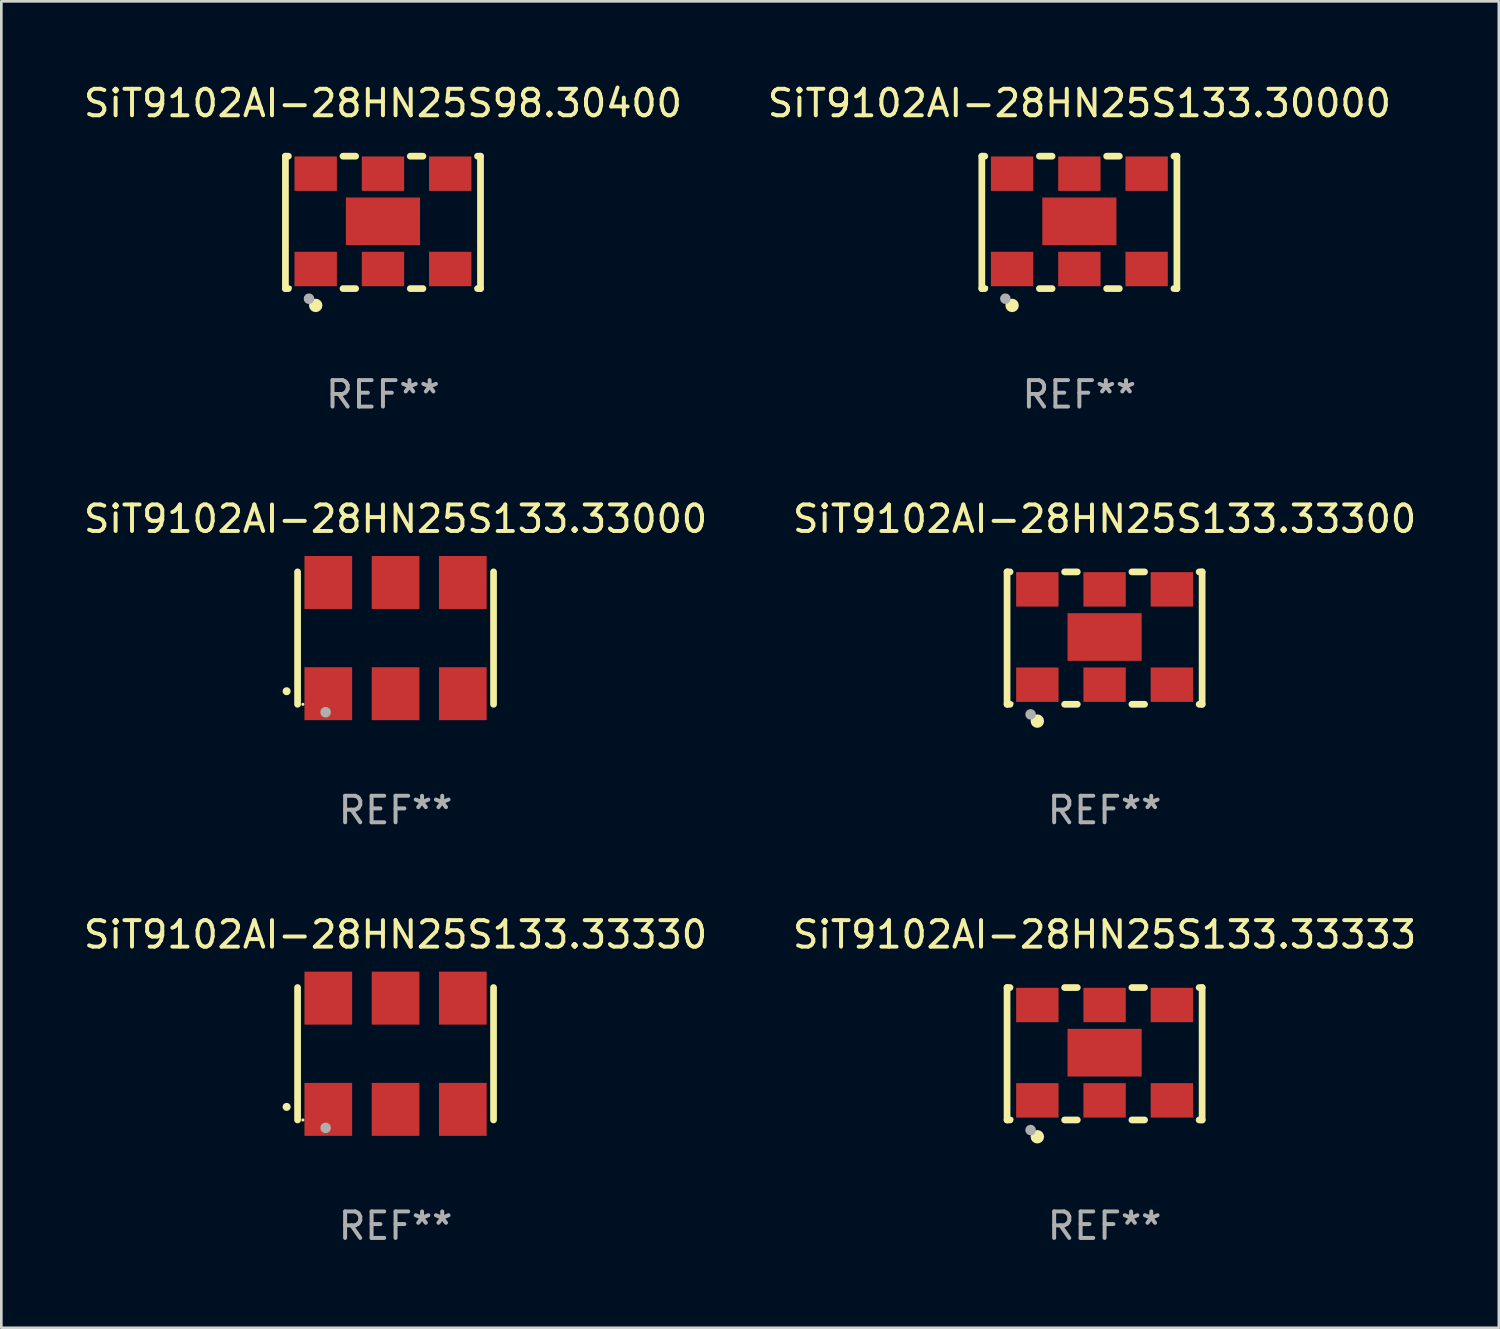
<source format=kicad_pcb>
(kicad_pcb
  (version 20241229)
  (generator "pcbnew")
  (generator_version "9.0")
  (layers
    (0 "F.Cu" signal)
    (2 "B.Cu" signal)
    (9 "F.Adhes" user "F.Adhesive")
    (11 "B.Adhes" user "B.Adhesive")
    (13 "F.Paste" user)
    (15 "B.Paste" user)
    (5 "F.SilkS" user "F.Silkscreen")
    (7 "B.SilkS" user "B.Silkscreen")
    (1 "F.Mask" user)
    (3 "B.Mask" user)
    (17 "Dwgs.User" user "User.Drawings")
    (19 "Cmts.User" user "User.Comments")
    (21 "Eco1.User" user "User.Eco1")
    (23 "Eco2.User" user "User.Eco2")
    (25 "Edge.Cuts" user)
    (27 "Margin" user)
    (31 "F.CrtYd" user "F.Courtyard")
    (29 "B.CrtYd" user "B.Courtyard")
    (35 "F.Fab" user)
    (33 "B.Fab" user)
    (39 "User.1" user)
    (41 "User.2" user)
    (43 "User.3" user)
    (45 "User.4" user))
  (footprint "SiT9102AI-28HN25S133.33000"
    (layer "F.Cu")
    (at 11.887 21.045)
    (property "Reference" "SiT9102AI-28HN25S133.33000" (at 0 -4.5 0) (layer "F.SilkS") (effects (font (size 1 1) (thickness 0.15))))
    (attr through_hole)
    (fp_line (start -3.7 -2.5) (end -3.7 2.5) (stroke (width 0.254) (type solid)) (layer "F.SilkS"))
    (fp_line (start 3.7 -2.5) (end 3.7 2.5) (stroke (width 0.254) (type solid)) (layer "F.SilkS"))
    (fp_arc (start -4.114415 2.006604) (mid -4.113145 2.006599) (end -4.111875 2.006604) (stroke (width 0.3) (type solid)) (layer "F.SilkS"))
    (fp_circle (center -3.5 2.501) (end -3.47 2.501) (stroke (width 0.06) (type solid)) (fill no) (layer "F.SilkS"))
    (fp_circle (center -2.641 2.799) (end -2.541 2.799) (stroke (width 0.2) (type solid)) (fill no) (layer "F.Fab"))
    (fp_text user "REF**" (at 0 6.5 0) (layer "F.Fab") (effects (font (size 1 1) (thickness 0.15))))
    (pad "1" smd rect (at -2.54 2.1) (size 1.8 2) (layers "F.Cu" "F.Mask" "F.Paste"))
    (pad "2" smd rect (at 0.000394 2.1) (size 1.8 2) (layers "F.Cu" "F.Mask" "F.Paste"))
    (pad "3" smd rect (at 2.54 2.1) (size 1.8 2) (layers "F.Cu" "F.Mask" "F.Paste"))
    (pad "4" smd rect (at 2.54 -2.1) (size 1.8 2) (layers "F.Cu" "F.Mask" "F.Paste"))
    (pad "5" smd rect (at 0.000394 -2.1) (size 1.8 2) (layers "F.Cu" "F.Mask" "F.Paste"))
    (pad "6" smd rect (at -2.54 -2.1) (size 1.8 2) (layers "F.Cu" "F.Mask" "F.Paste")))
  (footprint "SiT9102AI-28HN25S133.33333"
    (layer "F.Cu")
    (at 38.661 36.741)
    (property "Reference" "SiT9102AI-28HN25S133.33333" (at 0 -4.5 0) (layer "F.SilkS") (effects (font (size 1 1) (thickness 0.15))))
    (attr through_hole)
    (fp_line (start -3.683 -2.5) (end -3.571 -2.5) (stroke (width 0.254) (type solid)) (layer "F.SilkS"))
    (fp_line (start -3.683 2.5) (end -3.683 -2.5) (stroke (width 0.254) (type solid)) (layer "F.SilkS"))
    (fp_line (start -3.683 2.5) (end -3.571 2.5) (stroke (width 0.254) (type solid)) (layer "F.SilkS"))
    (fp_line (start -1.509 -2.5) (end -1.031 -2.5) (stroke (width 0.254) (type solid)) (layer "F.SilkS"))
    (fp_line (start -1.509 2.5) (end -1.031 2.5) (stroke (width 0.254) (type solid)) (layer "F.SilkS"))
    (fp_line (start 1.031 -2.5) (end 1.509 -2.5) (stroke (width 0.254) (type solid)) (layer "F.SilkS"))
    (fp_line (start 1.031 2.5) (end 1.509 2.5) (stroke (width 0.254) (type solid)) (layer "F.SilkS"))
    (fp_line (start 3.571 -2.5) (end 3.683 -2.5) (stroke (width 0.254) (type solid)) (layer "F.SilkS"))
    (fp_line (start 3.571 2.5) (end 3.683 2.5) (stroke (width 0.254) (type solid)) (layer "F.SilkS"))
    (fp_line (start 3.683 2.5) (end 3.683 -2.5) (stroke (width 0.254) (type solid)) (layer "F.SilkS"))
    (fp_circle (center -3.5 2.46) (end -3.47 2.46) (stroke (width 0.06) (type solid)) (fill no) (layer "F.SilkS"))
    (fp_circle (center -2.54 3.135) (end -2.413 3.135) (stroke (width 0.254) (type solid)) (fill no) (layer "F.SilkS"))
    (fp_circle (center -2.794 2.881) (end -2.694 2.881) (stroke (width 0.2) (type solid)) (fill no) (layer "F.Fab"))
    (fp_text user "REF**" (at 0 6.5 0) (layer "F.Fab") (effects (font (size 1 1) (thickness 0.15))))
    (pad "1" smd rect (at -2.54 1.76) (size 1.6 1.3) (layers "F.Cu" "F.Mask" "F.Paste"))
    (pad "2" smd rect (at 0 1.76) (size 1.6 1.3) (layers "F.Cu" "F.Mask" "F.Paste"))
    (pad "3" smd rect (at 2.54 1.76) (size 1.6 1.3) (layers "F.Cu" "F.Mask" "F.Paste"))
    (pad "4" smd rect (at 2.54 -1.84) (size 1.6 1.3) (layers "F.Cu" "F.Mask" "F.Paste"))
    (pad "5" smd rect (at 0 -1.84) (size 1.6 1.3) (layers "F.Cu" "F.Mask" "F.Paste"))
    (pad "6" smd rect (at -2.54 -1.84) (size 1.6 1.3) (layers "F.Cu" "F.Mask" "F.Paste"))
    (pad "7" smd rect (at 0 -0.04) (size 2.8 1.8) (layers "F.Cu" "F.Mask" "F.Paste")))
  (footprint "SiT9102AI-28HN25S98.30400"
    (layer "F.Cu")
    (at 11.411 5.348)
    (property "Reference" "SiT9102AI-28HN25S98.30400" (at 0 -4.5 0) (layer "F.SilkS") (effects (font (size 1 1) (thickness 0.15))))
    (attr through_hole)
    (fp_line (start -3.683 -2.5) (end -3.571 -2.5) (stroke (width 0.254) (type solid)) (layer "F.SilkS"))
    (fp_line (start -3.683 2.5) (end -3.683 -2.5) (stroke (width 0.254) (type solid)) (layer "F.SilkS"))
    (fp_line (start -3.683 2.5) (end -3.571 2.5) (stroke (width 0.254) (type solid)) (layer "F.SilkS"))
    (fp_line (start -1.509 -2.5) (end -1.031 -2.5) (stroke (width 0.254) (type solid)) (layer "F.SilkS"))
    (fp_line (start -1.509 2.5) (end -1.031 2.5) (stroke (width 0.254) (type solid)) (layer "F.SilkS"))
    (fp_line (start 1.031 -2.5) (end 1.509 -2.5) (stroke (width 0.254) (type solid)) (layer "F.SilkS"))
    (fp_line (start 1.031 2.5) (end 1.509 2.5) (stroke (width 0.254) (type solid)) (layer "F.SilkS"))
    (fp_line (start 3.571 -2.5) (end 3.683 -2.5) (stroke (width 0.254) (type solid)) (layer "F.SilkS"))
    (fp_line (start 3.571 2.5) (end 3.683 2.5) (stroke (width 0.254) (type solid)) (layer "F.SilkS"))
    (fp_line (start 3.683 2.5) (end 3.683 -2.5) (stroke (width 0.254) (type solid)) (layer "F.SilkS"))
    (fp_circle (center -3.5 2.46) (end -3.47 2.46) (stroke (width 0.06) (type solid)) (fill no) (layer "F.SilkS"))
    (fp_circle (center -2.54 3.135) (end -2.413 3.135) (stroke (width 0.254) (type solid)) (fill no) (layer "F.SilkS"))
    (fp_circle (center -2.794 2.881) (end -2.694 2.881) (stroke (width 0.2) (type solid)) (fill no) (layer "F.Fab"))
    (fp_text user "REF**" (at 0 6.5 0) (layer "F.Fab") (effects (font (size 1 1) (thickness 0.15))))
    (pad "1" smd rect (at -2.54 1.76) (size 1.6 1.3) (layers "F.Cu" "F.Mask" "F.Paste"))
    (pad "2" smd rect (at 0 1.76) (size 1.6 1.3) (layers "F.Cu" "F.Mask" "F.Paste"))
    (pad "3" smd rect (at 2.54 1.76) (size 1.6 1.3) (layers "F.Cu" "F.Mask" "F.Paste"))
    (pad "4" smd rect (at 2.54 -1.84) (size 1.6 1.3) (layers "F.Cu" "F.Mask" "F.Paste"))
    (pad "5" smd rect (at 0 -1.84) (size 1.6 1.3) (layers "F.Cu" "F.Mask" "F.Paste"))
    (pad "6" smd rect (at -2.54 -1.84) (size 1.6 1.3) (layers "F.Cu" "F.Mask" "F.Paste"))
    (pad "7" smd rect (at 0 -0.04) (size 2.8 1.8) (layers "F.Cu" "F.Mask" "F.Paste")))
  (footprint "SiT9102AI-28HN25S133.33300"
    (layer "F.Cu")
    (at 38.661 21.045)
    (property "Reference" "SiT9102AI-28HN25S133.33300" (at 0 -4.5 0) (layer "F.SilkS") (effects (font (size 1 1) (thickness 0.15))))
    (attr through_hole)
    (fp_line (start -3.683 -2.5) (end -3.571 -2.5) (stroke (width 0.254) (type solid)) (layer "F.SilkS"))
    (fp_line (start -3.683 2.5) (end -3.683 -2.5) (stroke (width 0.254) (type solid)) (layer "F.SilkS"))
    (fp_line (start -3.683 2.5) (end -3.571 2.5) (stroke (width 0.254) (type solid)) (layer "F.SilkS"))
    (fp_line (start -1.509 -2.5) (end -1.031 -2.5) (stroke (width 0.254) (type solid)) (layer "F.SilkS"))
    (fp_line (start -1.509 2.5) (end -1.031 2.5) (stroke (width 0.254) (type solid)) (layer "F.SilkS"))
    (fp_line (start 1.031 -2.5) (end 1.509 -2.5) (stroke (width 0.254) (type solid)) (layer "F.SilkS"))
    (fp_line (start 1.031 2.5) (end 1.509 2.5) (stroke (width 0.254) (type solid)) (layer "F.SilkS"))
    (fp_line (start 3.571 -2.5) (end 3.683 -2.5) (stroke (width 0.254) (type solid)) (layer "F.SilkS"))
    (fp_line (start 3.571 2.5) (end 3.683 2.5) (stroke (width 0.254) (type solid)) (layer "F.SilkS"))
    (fp_line (start 3.683 2.5) (end 3.683 -2.5) (stroke (width 0.254) (type solid)) (layer "F.SilkS"))
    (fp_circle (center -3.5 2.46) (end -3.47 2.46) (stroke (width 0.06) (type solid)) (fill no) (layer "F.SilkS"))
    (fp_circle (center -2.54 3.135) (end -2.413 3.135) (stroke (width 0.254) (type solid)) (fill no) (layer "F.SilkS"))
    (fp_circle (center -2.794 2.881) (end -2.694 2.881) (stroke (width 0.2) (type solid)) (fill no) (layer "F.Fab"))
    (fp_text user "REF**" (at 0 6.5 0) (layer "F.Fab") (effects (font (size 1 1) (thickness 0.15))))
    (pad "1" smd rect (at -2.54 1.76) (size 1.6 1.3) (layers "F.Cu" "F.Mask" "F.Paste"))
    (pad "2" smd rect (at 0 1.76) (size 1.6 1.3) (layers "F.Cu" "F.Mask" "F.Paste"))
    (pad "3" smd rect (at 2.54 1.76) (size 1.6 1.3) (layers "F.Cu" "F.Mask" "F.Paste"))
    (pad "4" smd rect (at 2.54 -1.84) (size 1.6 1.3) (layers "F.Cu" "F.Mask" "F.Paste"))
    (pad "5" smd rect (at 0 -1.84) (size 1.6 1.3) (layers "F.Cu" "F.Mask" "F.Paste"))
    (pad "6" smd rect (at -2.54 -1.84) (size 1.6 1.3) (layers "F.Cu" "F.Mask" "F.Paste"))
    (pad "7" smd rect (at 0 -0.04) (size 2.8 1.8) (layers "F.Cu" "F.Mask" "F.Paste")))
  (footprint "SiT9102AI-28HN25S133.30000"
    (layer "F.Cu")
    (at 37.708 5.348)
    (property "Reference" "SiT9102AI-28HN25S133.30000" (at 0 -4.5 0) (layer "F.SilkS") (effects (font (size 1 1) (thickness 0.15))))
    (attr through_hole)
    (fp_line (start -3.683 -2.5) (end -3.571 -2.5) (stroke (width 0.254) (type solid)) (layer "F.SilkS"))
    (fp_line (start -3.683 2.5) (end -3.683 -2.5) (stroke (width 0.254) (type solid)) (layer "F.SilkS"))
    (fp_line (start -3.683 2.5) (end -3.571 2.5) (stroke (width 0.254) (type solid)) (layer "F.SilkS"))
    (fp_line (start -1.509 -2.5) (end -1.031 -2.5) (stroke (width 0.254) (type solid)) (layer "F.SilkS"))
    (fp_line (start -1.509 2.5) (end -1.031 2.5) (stroke (width 0.254) (type solid)) (layer "F.SilkS"))
    (fp_line (start 1.031 -2.5) (end 1.509 -2.5) (stroke (width 0.254) (type solid)) (layer "F.SilkS"))
    (fp_line (start 1.031 2.5) (end 1.509 2.5) (stroke (width 0.254) (type solid)) (layer "F.SilkS"))
    (fp_line (start 3.571 -2.5) (end 3.683 -2.5) (stroke (width 0.254) (type solid)) (layer "F.SilkS"))
    (fp_line (start 3.571 2.5) (end 3.683 2.5) (stroke (width 0.254) (type solid)) (layer "F.SilkS"))
    (fp_line (start 3.683 2.5) (end 3.683 -2.5) (stroke (width 0.254) (type solid)) (layer "F.SilkS"))
    (fp_circle (center -3.5 2.46) (end -3.47 2.46) (stroke (width 0.06) (type solid)) (fill no) (layer "F.SilkS"))
    (fp_circle (center -2.54 3.135) (end -2.413 3.135) (stroke (width 0.254) (type solid)) (fill no) (layer "F.SilkS"))
    (fp_circle (center -2.794 2.881) (end -2.694 2.881) (stroke (width 0.2) (type solid)) (fill no) (layer "F.Fab"))
    (fp_text user "REF**" (at 0 6.5 0) (layer "F.Fab") (effects (font (size 1 1) (thickness 0.15))))
    (pad "1" smd rect (at -2.54 1.76) (size 1.6 1.3) (layers "F.Cu" "F.Mask" "F.Paste"))
    (pad "2" smd rect (at 0 1.76) (size 1.6 1.3) (layers "F.Cu" "F.Mask" "F.Paste"))
    (pad "3" smd rect (at 2.54 1.76) (size 1.6 1.3) (layers "F.Cu" "F.Mask" "F.Paste"))
    (pad "4" smd rect (at 2.54 -1.84) (size 1.6 1.3) (layers "F.Cu" "F.Mask" "F.Paste"))
    (pad "5" smd rect (at 0 -1.84) (size 1.6 1.3) (layers "F.Cu" "F.Mask" "F.Paste"))
    (pad "6" smd rect (at -2.54 -1.84) (size 1.6 1.3) (layers "F.Cu" "F.Mask" "F.Paste"))
    (pad "7" smd rect (at 0 -0.04) (size 2.8 1.8) (layers "F.Cu" "F.Mask" "F.Paste")))
  (footprint "SiT9102AI-28HN25S133.33330"
    (layer "F.Cu")
    (at 11.887 36.741)
    (property "Reference" "SiT9102AI-28HN25S133.33330" (at 0 -4.5 0) (layer "F.SilkS") (effects (font (size 1 1) (thickness 0.15))))
    (attr through_hole)
    (fp_line (start -3.7 -2.5) (end -3.7 2.5) (stroke (width 0.254) (type solid)) (layer "F.SilkS"))
    (fp_line (start 3.7 -2.5) (end 3.7 2.5) (stroke (width 0.254) (type solid)) (layer "F.SilkS"))
    (fp_arc (start -4.114415 2.006604) (mid -4.113145 2.006599) (end -4.111875 2.006604) (stroke (width 0.3) (type solid)) (layer "F.SilkS"))
    (fp_circle (center -3.5 2.501) (end -3.47 2.501) (stroke (width 0.06) (type solid)) (fill no) (layer "F.SilkS"))
    (fp_circle (center -2.641 2.799) (end -2.541 2.799) (stroke (width 0.2) (type solid)) (fill no) (layer "F.Fab"))
    (fp_text user "REF**" (at 0 6.5 0) (layer "F.Fab") (effects (font (size 1 1) (thickness 0.15))))
    (pad "1" smd rect (at -2.54 2.1) (size 1.8 2) (layers "F.Cu" "F.Mask" "F.Paste"))
    (pad "2" smd rect (at 0.000394 2.1) (size 1.8 2) (layers "F.Cu" "F.Mask" "F.Paste"))
    (pad "3" smd rect (at 2.54 2.1) (size 1.8 2) (layers "F.Cu" "F.Mask" "F.Paste"))
    (pad "4" smd rect (at 2.54 -2.1) (size 1.8 2) (layers "F.Cu" "F.Mask" "F.Paste"))
    (pad "5" smd rect (at 0.000394 -2.1) (size 1.8 2) (layers "F.Cu" "F.Mask" "F.Paste"))
    (pad "6" smd rect (at -2.54 -2.1) (size 1.8 2) (layers "F.Cu" "F.Mask" "F.Paste")))
  (gr_rect
    (start -3 -3)
    (end 53.548 47.09)
    (stroke (width 0.1) (type default))
    (fill no)
    (layer "Edge.Cuts")))
</source>
